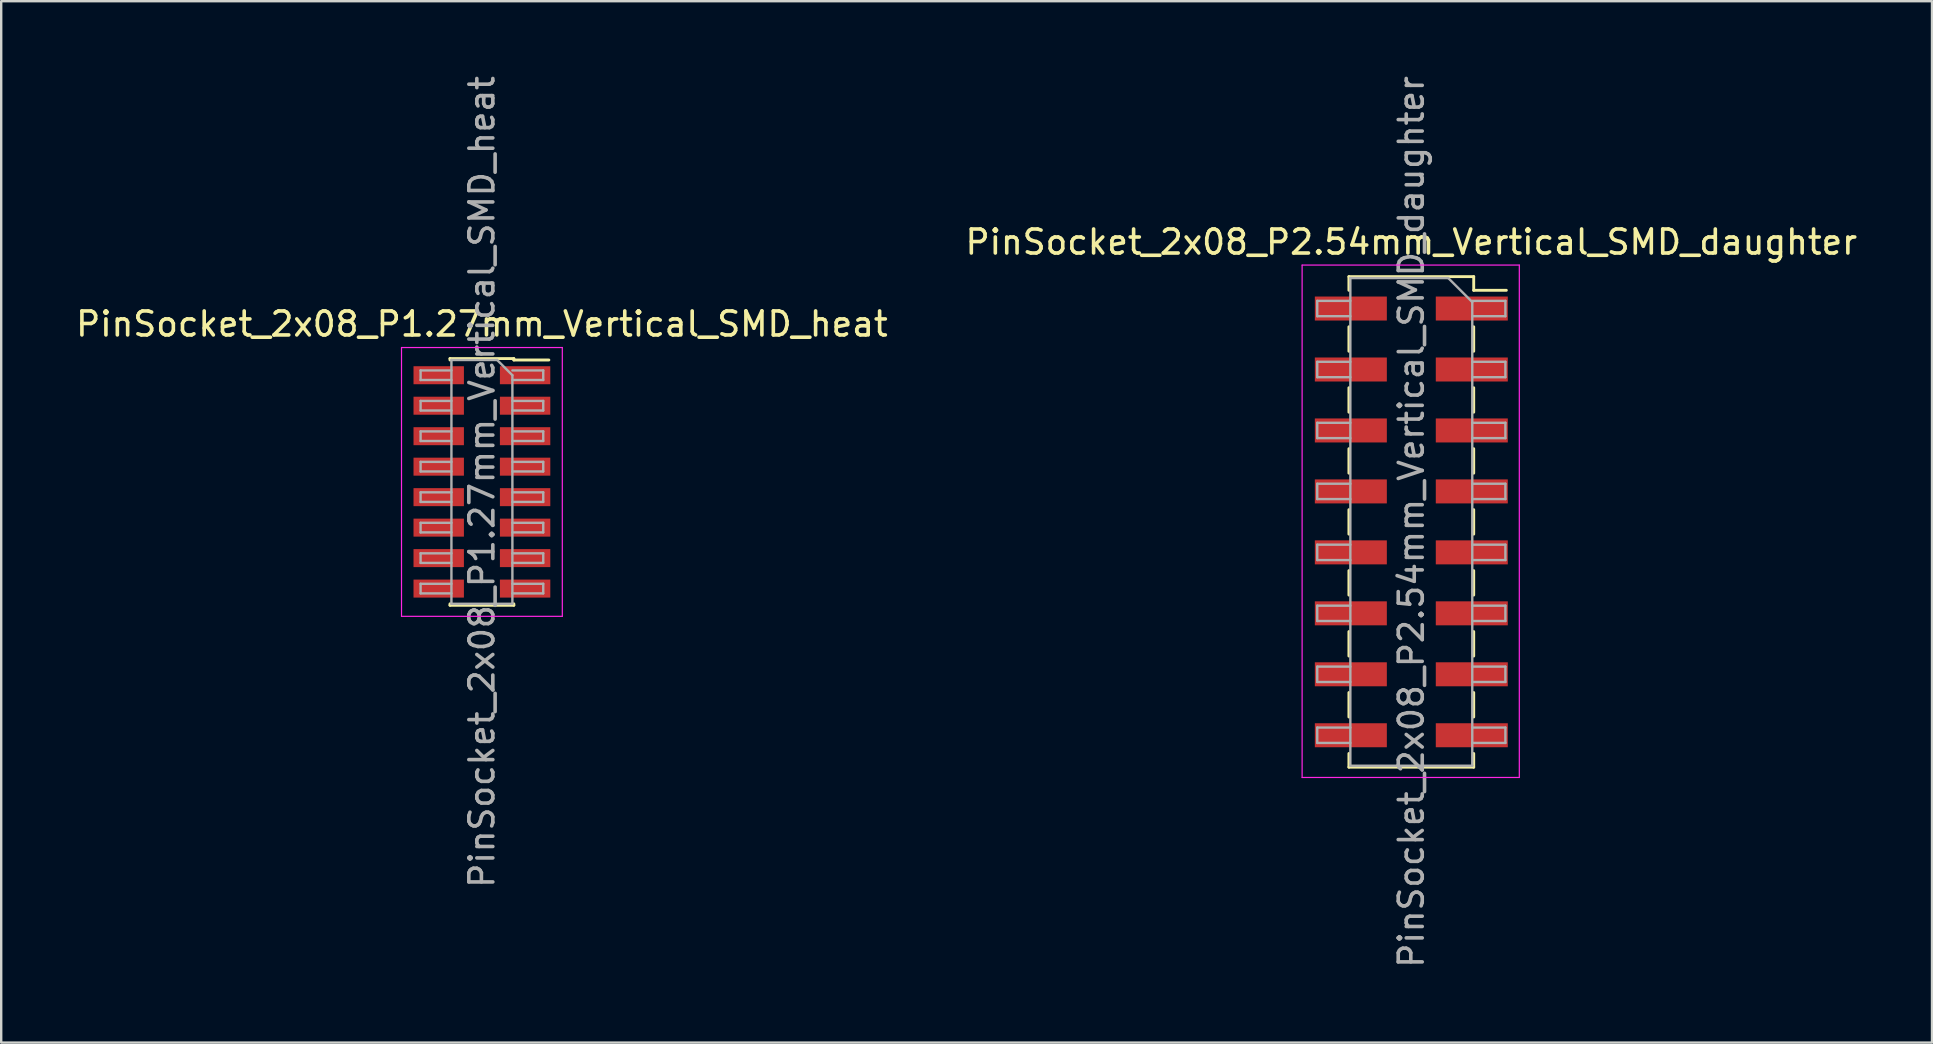
<source format=kicad_pcb>
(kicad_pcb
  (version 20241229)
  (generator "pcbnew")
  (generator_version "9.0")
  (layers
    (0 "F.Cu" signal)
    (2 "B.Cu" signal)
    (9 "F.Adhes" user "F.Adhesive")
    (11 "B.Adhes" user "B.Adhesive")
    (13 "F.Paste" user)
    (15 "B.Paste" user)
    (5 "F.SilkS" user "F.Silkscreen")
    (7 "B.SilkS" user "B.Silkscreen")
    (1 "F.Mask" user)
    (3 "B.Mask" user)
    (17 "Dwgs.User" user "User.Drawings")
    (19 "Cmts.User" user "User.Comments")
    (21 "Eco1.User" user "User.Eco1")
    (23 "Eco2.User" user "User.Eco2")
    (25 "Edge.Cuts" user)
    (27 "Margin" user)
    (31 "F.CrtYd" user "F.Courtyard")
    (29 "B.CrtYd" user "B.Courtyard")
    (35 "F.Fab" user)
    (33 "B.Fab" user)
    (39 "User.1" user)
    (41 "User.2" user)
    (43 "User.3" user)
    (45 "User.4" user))
  (footprint "PinSocket_2x08_P2.54mm_Vertical_SMD_daughter"
    (layer "F.Cu")
    (at 55.756 18.696)
    (property "Reference" "PinSocket_2x08_P2.54mm_Vertical_SMD_daughter" (at 0 -11.66 0) (layer "F.SilkS") (effects (font (size 1 1) (thickness 0.15))))
    (attr smd)
    (fp_line (start -2.6 -10.22) (end -2.6 -9.65) (stroke (width 0.12) (type solid)) (layer "F.SilkS"))
    (fp_line (start -2.6 -10.22) (end 2.6 -10.22) (stroke (width 0.12) (type solid)) (layer "F.SilkS"))
    (fp_line (start -2.6 -8.13) (end -2.6 -7.11) (stroke (width 0.12) (type solid)) (layer "F.SilkS"))
    (fp_line (start -2.6 -5.59) (end -2.6 -4.57) (stroke (width 0.12) (type solid)) (layer "F.SilkS"))
    (fp_line (start -2.6 -3.05) (end -2.6 -2.03) (stroke (width 0.12) (type solid)) (layer "F.SilkS"))
    (fp_line (start -2.6 -0.51) (end -2.6 0.51) (stroke (width 0.12) (type solid)) (layer "F.SilkS"))
    (fp_line (start -2.6 2.03) (end -2.6 3.05) (stroke (width 0.12) (type solid)) (layer "F.SilkS"))
    (fp_line (start -2.6 4.57) (end -2.6 5.59) (stroke (width 0.12) (type solid)) (layer "F.SilkS"))
    (fp_line (start -2.6 7.11) (end -2.6 8.13) (stroke (width 0.12) (type solid)) (layer "F.SilkS"))
    (fp_line (start -2.6 9.65) (end -2.6 10.22) (stroke (width 0.12) (type solid)) (layer "F.SilkS"))
    (fp_line (start -2.6 10.22) (end 2.6 10.22) (stroke (width 0.12) (type solid)) (layer "F.SilkS"))
    (fp_line (start 2.6 -10.22) (end 2.6 -9.65) (stroke (width 0.12) (type solid)) (layer "F.SilkS"))
    (fp_line (start 2.6 -9.65) (end 3.96 -9.65) (stroke (width 0.12) (type solid)) (layer "F.SilkS"))
    (fp_line (start 2.6 -8.13) (end 2.6 -7.11) (stroke (width 0.12) (type solid)) (layer "F.SilkS"))
    (fp_line (start 2.6 -5.59) (end 2.6 -4.57) (stroke (width 0.12) (type solid)) (layer "F.SilkS"))
    (fp_line (start 2.6 -3.05) (end 2.6 -2.03) (stroke (width 0.12) (type solid)) (layer "F.SilkS"))
    (fp_line (start 2.6 -0.51) (end 2.6 0.51) (stroke (width 0.12) (type solid)) (layer "F.SilkS"))
    (fp_line (start 2.6 2.03) (end 2.6 3.05) (stroke (width 0.12) (type solid)) (layer "F.SilkS"))
    (fp_line (start 2.6 4.57) (end 2.6 5.59) (stroke (width 0.12) (type solid)) (layer "F.SilkS"))
    (fp_line (start 2.6 7.11) (end 2.6 8.13) (stroke (width 0.12) (type solid)) (layer "F.SilkS"))
    (fp_line (start 2.6 9.65) (end 2.6 10.22) (stroke (width 0.12) (type solid)) (layer "F.SilkS"))
    (fp_line (start -4.55 -10.7) (end 4.5 -10.7) (stroke (width 0.05) (type solid)) (layer "F.CrtYd"))
    (fp_line (start -4.55 10.65) (end -4.55 -10.7) (stroke (width 0.05) (type solid)) (layer "F.CrtYd"))
    (fp_line (start 4.5 -10.7) (end 4.5 10.65) (stroke (width 0.05) (type solid)) (layer "F.CrtYd"))
    (fp_line (start 4.5 10.65) (end -4.55 10.65) (stroke (width 0.05) (type solid)) (layer "F.CrtYd"))
    (fp_line (start -3.92 -9.21) (end -2.54 -9.21) (stroke (width 0.1) (type solid)) (layer "F.Fab"))
    (fp_line (start -3.92 -8.57) (end -3.92 -9.21) (stroke (width 0.1) (type solid)) (layer "F.Fab"))
    (fp_line (start -3.92 -6.67) (end -2.54 -6.67) (stroke (width 0.1) (type solid)) (layer "F.Fab"))
    (fp_line (start -3.92 -6.03) (end -3.92 -6.67) (stroke (width 0.1) (type solid)) (layer "F.Fab"))
    (fp_line (start -3.92 -4.13) (end -2.54 -4.13) (stroke (width 0.1) (type solid)) (layer "F.Fab"))
    (fp_line (start -3.92 -3.49) (end -3.92 -4.13) (stroke (width 0.1) (type solid)) (layer "F.Fab"))
    (fp_line (start -3.92 -1.59) (end -2.54 -1.59) (stroke (width 0.1) (type solid)) (layer "F.Fab"))
    (fp_line (start -3.92 -0.95) (end -3.92 -1.59) (stroke (width 0.1) (type solid)) (layer "F.Fab"))
    (fp_line (start -3.92 0.95) (end -2.54 0.95) (stroke (width 0.1) (type solid)) (layer "F.Fab"))
    (fp_line (start -3.92 1.59) (end -3.92 0.95) (stroke (width 0.1) (type solid)) (layer "F.Fab"))
    (fp_line (start -3.92 3.49) (end -2.54 3.49) (stroke (width 0.1) (type solid)) (layer "F.Fab"))
    (fp_line (start -3.92 4.13) (end -3.92 3.49) (stroke (width 0.1) (type solid)) (layer "F.Fab"))
    (fp_line (start -3.92 6.03) (end -2.54 6.03) (stroke (width 0.1) (type solid)) (layer "F.Fab"))
    (fp_line (start -3.92 6.67) (end -3.92 6.03) (stroke (width 0.1) (type solid)) (layer "F.Fab"))
    (fp_line (start -3.92 8.57) (end -2.54 8.57) (stroke (width 0.1) (type solid)) (layer "F.Fab"))
    (fp_line (start -3.92 9.21) (end -3.92 8.57) (stroke (width 0.1) (type solid)) (layer "F.Fab"))
    (fp_line (start -2.54 -10.16) (end 1.54 -10.16) (stroke (width 0.1) (type solid)) (layer "F.Fab"))
    (fp_line (start -2.54 -8.57) (end -3.92 -8.57) (stroke (width 0.1) (type solid)) (layer "F.Fab"))
    (fp_line (start -2.54 -6.03) (end -3.92 -6.03) (stroke (width 0.1) (type solid)) (layer "F.Fab"))
    (fp_line (start -2.54 -3.49) (end -3.92 -3.49) (stroke (width 0.1) (type solid)) (layer "F.Fab"))
    (fp_line (start -2.54 -0.95) (end -3.92 -0.95) (stroke (width 0.1) (type solid)) (layer "F.Fab"))
    (fp_line (start -2.54 1.59) (end -3.92 1.59) (stroke (width 0.1) (type solid)) (layer "F.Fab"))
    (fp_line (start -2.54 4.13) (end -3.92 4.13) (stroke (width 0.1) (type solid)) (layer "F.Fab"))
    (fp_line (start -2.54 6.67) (end -3.92 6.67) (stroke (width 0.1) (type solid)) (layer "F.Fab"))
    (fp_line (start -2.54 9.21) (end -3.92 9.21) (stroke (width 0.1) (type solid)) (layer "F.Fab"))
    (fp_line (start -2.54 10.16) (end -2.54 -10.16) (stroke (width 0.1) (type solid)) (layer "F.Fab"))
    (fp_line (start 1.54 -10.16) (end 2.54 -9.16) (stroke (width 0.1) (type solid)) (layer "F.Fab"))
    (fp_line (start 2.54 -9.21) (end 3.92 -9.21) (stroke (width 0.1) (type solid)) (layer "F.Fab"))
    (fp_line (start 2.54 -9.16) (end 2.54 10.16) (stroke (width 0.1) (type solid)) (layer "F.Fab"))
    (fp_line (start 2.54 -6.67) (end 3.92 -6.67) (stroke (width 0.1) (type solid)) (layer "F.Fab"))
    (fp_line (start 2.54 -4.13) (end 3.92 -4.13) (stroke (width 0.1) (type solid)) (layer "F.Fab"))
    (fp_line (start 2.54 -1.59) (end 3.92 -1.59) (stroke (width 0.1) (type solid)) (layer "F.Fab"))
    (fp_line (start 2.54 0.95) (end 3.92 0.95) (stroke (width 0.1) (type solid)) (layer "F.Fab"))
    (fp_line (start 2.54 3.49) (end 3.92 3.49) (stroke (width 0.1) (type solid)) (layer "F.Fab"))
    (fp_line (start 2.54 6.03) (end 3.92 6.03) (stroke (width 0.1) (type solid)) (layer "F.Fab"))
    (fp_line (start 2.54 8.57) (end 3.92 8.57) (stroke (width 0.1) (type solid)) (layer "F.Fab"))
    (fp_line (start 2.54 10.16) (end -2.54 10.16) (stroke (width 0.1) (type solid)) (layer "F.Fab"))
    (fp_line (start 3.92 -9.21) (end 3.92 -8.57) (stroke (width 0.1) (type solid)) (layer "F.Fab"))
    (fp_line (start 3.92 -8.57) (end 2.54 -8.57) (stroke (width 0.1) (type solid)) (layer "F.Fab"))
    (fp_line (start 3.92 -6.67) (end 3.92 -6.03) (stroke (width 0.1) (type solid)) (layer "F.Fab"))
    (fp_line (start 3.92 -6.03) (end 2.54 -6.03) (stroke (width 0.1) (type solid)) (layer "F.Fab"))
    (fp_line (start 3.92 -4.13) (end 3.92 -3.49) (stroke (width 0.1) (type solid)) (layer "F.Fab"))
    (fp_line (start 3.92 -3.49) (end 2.54 -3.49) (stroke (width 0.1) (type solid)) (layer "F.Fab"))
    (fp_line (start 3.92 -1.59) (end 3.92 -0.95) (stroke (width 0.1) (type solid)) (layer "F.Fab"))
    (fp_line (start 3.92 -0.95) (end 2.54 -0.95) (stroke (width 0.1) (type solid)) (layer "F.Fab"))
    (fp_line (start 3.92 0.95) (end 3.92 1.59) (stroke (width 0.1) (type solid)) (layer "F.Fab"))
    (fp_line (start 3.92 1.59) (end 2.54 1.59) (stroke (width 0.1) (type solid)) (layer "F.Fab"))
    (fp_line (start 3.92 3.49) (end 3.92 4.13) (stroke (width 0.1) (type solid)) (layer "F.Fab"))
    (fp_line (start 3.92 4.13) (end 2.54 4.13) (stroke (width 0.1) (type solid)) (layer "F.Fab"))
    (fp_line (start 3.92 6.03) (end 3.92 6.67) (stroke (width 0.1) (type solid)) (layer "F.Fab"))
    (fp_line (start 3.92 6.67) (end 2.54 6.67) (stroke (width 0.1) (type solid)) (layer "F.Fab"))
    (fp_line (start 3.92 8.57) (end 3.92 9.21) (stroke (width 0.1) (type solid)) (layer "F.Fab"))
    (fp_line (start 3.92 9.21) (end 2.54 9.21) (stroke (width 0.1) (type solid)) (layer "F.Fab"))
    (fp_text user "${REFERENCE}" (at 0 0 90) (layer "F.Fab") (effects (font (size 1 1) (thickness 0.15))))
    (pad "1" smd rect (at 2.52 -8.89) (size 3 1) (layers "F.Cu" "F.Mask" "F.Paste"))
    (pad "2" smd rect (at -2.52 -8.89) (size 3 1) (layers "F.Cu" "F.Mask" "F.Paste"))
    (pad "3" smd rect (at 2.52 -6.35) (size 3 1) (layers "F.Cu" "F.Mask" "F.Paste"))
    (pad "4" smd rect (at -2.52 -6.35) (size 3 1) (layers "F.Cu" "F.Mask" "F.Paste"))
    (pad "5" smd rect (at 2.52 -3.81) (size 3 1) (layers "F.Cu" "F.Mask" "F.Paste"))
    (pad "6" smd rect (at -2.52 -3.81) (size 3 1) (layers "F.Cu" "F.Mask" "F.Paste"))
    (pad "7" smd rect (at 2.52 -1.27) (size 3 1) (layers "F.Cu" "F.Mask" "F.Paste"))
    (pad "8" smd rect (at -2.52 -1.27) (size 3 1) (layers "F.Cu" "F.Mask" "F.Paste"))
    (pad "9" smd rect (at 2.52 1.27) (size 3 1) (layers "F.Cu" "F.Mask" "F.Paste"))
    (pad "10" smd rect (at -2.52 1.27) (size 3 1) (layers "F.Cu" "F.Mask" "F.Paste"))
    (pad "11" smd rect (at 2.52 3.81) (size 3 1) (layers "F.Cu" "F.Mask" "F.Paste"))
    (pad "12" smd rect (at -2.52 3.81) (size 3 1) (layers "F.Cu" "F.Mask" "F.Paste"))
    (pad "13" smd rect (at 2.52 6.35) (size 3 1) (layers "F.Cu" "F.Mask" "F.Paste"))
    (pad "14" smd rect (at -2.52 6.35) (size 3 1) (layers "F.Cu" "F.Mask" "F.Paste"))
    (pad "15" smd rect (at 2.52 8.89) (size 3 1) (layers "F.Cu" "F.Mask" "F.Paste"))
    (pad "16" smd rect (at -2.52 8.89) (size 3 1) (layers "F.Cu" "F.Mask" "F.Paste")))
  (footprint "PinSocket_2x08_P1.27mm_Vertical_SMD_heat"
    (layer "F.Cu")
    (at 17.03 17.03)
    (property "Reference" "PinSocket_2x08_P1.27mm_Vertical_SMD_heat" (at 0 -6.58 0) (layer "F.SilkS") (effects (font (size 1 1) (thickness 0.15))))
    (attr smd)
    (fp_line (start -1.33 -5.14) (end -1.33 -5.08) (stroke (width 0.12) (type solid)) (layer "F.SilkS"))
    (fp_line (start -1.33 -5.14) (end 1.33 -5.14) (stroke (width 0.12) (type solid)) (layer "F.SilkS"))
    (fp_line (start -1.33 5.08) (end -1.33 5.14) (stroke (width 0.12) (type solid)) (layer "F.SilkS"))
    (fp_line (start -1.33 5.14) (end 1.33 5.14) (stroke (width 0.12) (type solid)) (layer "F.SilkS"))
    (fp_line (start 1.33 -5.14) (end 1.33 -5.08) (stroke (width 0.12) (type solid)) (layer "F.SilkS"))
    (fp_line (start 1.33 -5.08) (end 2.79 -5.08) (stroke (width 0.12) (type solid)) (layer "F.SilkS"))
    (fp_line (start 1.33 5.08) (end 1.33 5.14) (stroke (width 0.12) (type solid)) (layer "F.SilkS"))
    (fp_line (start -3.35 -5.6) (end 3.35 -5.6) (stroke (width 0.05) (type solid)) (layer "F.CrtYd"))
    (fp_line (start -3.35 5.6) (end -3.35 -5.6) (stroke (width 0.05) (type solid)) (layer "F.CrtYd"))
    (fp_line (start 3.35 -5.6) (end 3.35 5.6) (stroke (width 0.05) (type solid)) (layer "F.CrtYd"))
    (fp_line (start 3.35 5.6) (end -3.35 5.6) (stroke (width 0.05) (type solid)) (layer "F.CrtYd"))
    (fp_line (start -2.555 -4.645) (end -1.27 -4.645) (stroke (width 0.1) (type solid)) (layer "F.Fab"))
    (fp_line (start -2.555 -4.245) (end -2.555 -4.645) (stroke (width 0.1) (type solid)) (layer "F.Fab"))
    (fp_line (start -2.555 -3.375) (end -1.27 -3.375) (stroke (width 0.1) (type solid)) (layer "F.Fab"))
    (fp_line (start -2.555 -2.975) (end -2.555 -3.375) (stroke (width 0.1) (type solid)) (layer "F.Fab"))
    (fp_line (start -2.555 -2.105) (end -1.27 -2.105) (stroke (width 0.1) (type solid)) (layer "F.Fab"))
    (fp_line (start -2.555 -1.705) (end -2.555 -2.105) (stroke (width 0.1) (type solid)) (layer "F.Fab"))
    (fp_line (start -2.555 -0.835) (end -1.27 -0.835) (stroke (width 0.1) (type solid)) (layer "F.Fab"))
    (fp_line (start -2.555 -0.435) (end -2.555 -0.835) (stroke (width 0.1) (type solid)) (layer "F.Fab"))
    (fp_line (start -2.555 0.435) (end -1.27 0.435) (stroke (width 0.1) (type solid)) (layer "F.Fab"))
    (fp_line (start -2.555 0.835) (end -2.555 0.435) (stroke (width 0.1) (type solid)) (layer "F.Fab"))
    (fp_line (start -2.555 1.705) (end -1.27 1.705) (stroke (width 0.1) (type solid)) (layer "F.Fab"))
    (fp_line (start -2.555 2.105) (end -2.555 1.705) (stroke (width 0.1) (type solid)) (layer "F.Fab"))
    (fp_line (start -2.555 2.975) (end -1.27 2.975) (stroke (width 0.1) (type solid)) (layer "F.Fab"))
    (fp_line (start -2.555 3.375) (end -2.555 2.975) (stroke (width 0.1) (type solid)) (layer "F.Fab"))
    (fp_line (start -2.555 4.245) (end -1.27 4.245) (stroke (width 0.1) (type solid)) (layer "F.Fab"))
    (fp_line (start -2.555 4.645) (end -2.555 4.245) (stroke (width 0.1) (type solid)) (layer "F.Fab"))
    (fp_line (start -1.27 -5.08) (end 0.635 -5.08) (stroke (width 0.1) (type solid)) (layer "F.Fab"))
    (fp_line (start -1.27 -4.245) (end -2.555 -4.245) (stroke (width 0.1) (type solid)) (layer "F.Fab"))
    (fp_line (start -1.27 -2.975) (end -2.555 -2.975) (stroke (width 0.1) (type solid)) (layer "F.Fab"))
    (fp_line (start -1.27 -1.705) (end -2.555 -1.705) (stroke (width 0.1) (type solid)) (layer "F.Fab"))
    (fp_line (start -1.27 -0.435) (end -2.555 -0.435) (stroke (width 0.1) (type solid)) (layer "F.Fab"))
    (fp_line (start -1.27 0.835) (end -2.555 0.835) (stroke (width 0.1) (type solid)) (layer "F.Fab"))
    (fp_line (start -1.27 2.105) (end -2.555 2.105) (stroke (width 0.1) (type solid)) (layer "F.Fab"))
    (fp_line (start -1.27 3.375) (end -2.555 3.375) (stroke (width 0.1) (type solid)) (layer "F.Fab"))
    (fp_line (start -1.27 4.645) (end -2.555 4.645) (stroke (width 0.1) (type solid)) (layer "F.Fab"))
    (fp_line (start -1.27 5.08) (end -1.27 -5.08) (stroke (width 0.1) (type solid)) (layer "F.Fab"))
    (fp_line (start 0.635 -5.08) (end 1.27 -4.445) (stroke (width 0.1) (type solid)) (layer "F.Fab"))
    (fp_line (start 1.27 -4.645) (end 2.555 -4.645) (stroke (width 0.1) (type solid)) (layer "F.Fab"))
    (fp_line (start 1.27 -4.445) (end 1.27 5.08) (stroke (width 0.1) (type solid)) (layer "F.Fab"))
    (fp_line (start 1.27 -3.375) (end 2.555 -3.375) (stroke (width 0.1) (type solid)) (layer "F.Fab"))
    (fp_line (start 1.27 -2.105) (end 2.555 -2.105) (stroke (width 0.1) (type solid)) (layer "F.Fab"))
    (fp_line (start 1.27 -0.835) (end 2.555 -0.835) (stroke (width 0.1) (type solid)) (layer "F.Fab"))
    (fp_line (start 1.27 0.435) (end 2.555 0.435) (stroke (width 0.1) (type solid)) (layer "F.Fab"))
    (fp_line (start 1.27 1.705) (end 2.555 1.705) (stroke (width 0.1) (type solid)) (layer "F.Fab"))
    (fp_line (start 1.27 2.975) (end 2.555 2.975) (stroke (width 0.1) (type solid)) (layer "F.Fab"))
    (fp_line (start 1.27 4.245) (end 2.555 4.245) (stroke (width 0.1) (type solid)) (layer "F.Fab"))
    (fp_line (start 1.27 5.08) (end -1.27 5.08) (stroke (width 0.1) (type solid)) (layer "F.Fab"))
    (fp_line (start 2.555 -4.645) (end 2.555 -4.245) (stroke (width 0.1) (type solid)) (layer "F.Fab"))
    (fp_line (start 2.555 -4.245) (end 1.27 -4.245) (stroke (width 0.1) (type solid)) (layer "F.Fab"))
    (fp_line (start 2.555 -3.375) (end 2.555 -2.975) (stroke (width 0.1) (type solid)) (layer "F.Fab"))
    (fp_line (start 2.555 -2.975) (end 1.27 -2.975) (stroke (width 0.1) (type solid)) (layer "F.Fab"))
    (fp_line (start 2.555 -2.105) (end 2.555 -1.705) (stroke (width 0.1) (type solid)) (layer "F.Fab"))
    (fp_line (start 2.555 -1.705) (end 1.27 -1.705) (stroke (width 0.1) (type solid)) (layer "F.Fab"))
    (fp_line (start 2.555 -0.835) (end 2.555 -0.435) (stroke (width 0.1) (type solid)) (layer "F.Fab"))
    (fp_line (start 2.555 -0.435) (end 1.27 -0.435) (stroke (width 0.1) (type solid)) (layer "F.Fab"))
    (fp_line (start 2.555 0.435) (end 2.555 0.835) (stroke (width 0.1) (type solid)) (layer "F.Fab"))
    (fp_line (start 2.555 0.835) (end 1.27 0.835) (stroke (width 0.1) (type solid)) (layer "F.Fab"))
    (fp_line (start 2.555 1.705) (end 2.555 2.105) (stroke (width 0.1) (type solid)) (layer "F.Fab"))
    (fp_line (start 2.555 2.105) (end 1.27 2.105) (stroke (width 0.1) (type solid)) (layer "F.Fab"))
    (fp_line (start 2.555 2.975) (end 2.555 3.375) (stroke (width 0.1) (type solid)) (layer "F.Fab"))
    (fp_line (start 2.555 3.375) (end 1.27 3.375) (stroke (width 0.1) (type solid)) (layer "F.Fab"))
    (fp_line (start 2.555 4.245) (end 2.555 4.645) (stroke (width 0.1) (type solid)) (layer "F.Fab"))
    (fp_line (start 2.555 4.645) (end 1.27 4.645) (stroke (width 0.1) (type solid)) (layer "F.Fab"))
    (fp_text user "${REFERENCE}" (at 0 0 90) (layer "F.Fab") (effects (font (size 1 1) (thickness 0.15))))
    (pad "1" smd rect (at 1.8 -4.445) (size 2.1 0.75) (layers "F.Cu" "F.Mask" "F.Paste"))
    (pad "2" smd rect (at -1.8 -4.445) (size 2.1 0.75) (layers "F.Cu" "F.Mask" "F.Paste"))
    (pad "3" smd rect (at 1.8 -3.175) (size 2.1 0.75) (layers "F.Cu" "F.Mask" "F.Paste"))
    (pad "4" smd rect (at -1.8 -3.175) (size 2.1 0.75) (layers "F.Cu" "F.Mask" "F.Paste"))
    (pad "5" smd rect (at 1.8 -1.905) (size 2.1 0.75) (layers "F.Cu" "F.Mask" "F.Paste"))
    (pad "6" smd rect (at -1.8 -1.905) (size 2.1 0.75) (layers "F.Cu" "F.Mask" "F.Paste"))
    (pad "7" smd rect (at 1.8 -0.635) (size 2.1 0.75) (layers "F.Cu" "F.Mask" "F.Paste"))
    (pad "8" smd rect (at -1.8 -0.635) (size 2.1 0.75) (layers "F.Cu" "F.Mask" "F.Paste"))
    (pad "9" smd rect (at 1.8 0.635) (size 2.1 0.75) (layers "F.Cu" "F.Mask" "F.Paste"))
    (pad "10" smd rect (at -1.8 0.635) (size 2.1 0.75) (layers "F.Cu" "F.Mask" "F.Paste"))
    (pad "11" smd rect (at 1.8 1.905) (size 2.1 0.75) (layers "F.Cu" "F.Mask" "F.Paste"))
    (pad "12" smd rect (at -1.8 1.905) (size 2.1 0.75) (layers "F.Cu" "F.Mask" "F.Paste"))
    (pad "13" smd rect (at 1.8 3.175) (size 2.1 0.75) (layers "F.Cu" "F.Mask" "F.Paste"))
    (pad "14" smd rect (at -1.8 3.175) (size 2.1 0.75) (layers "F.Cu" "F.Mask" "F.Paste"))
    (pad "15" smd rect (at 1.8 4.445) (size 2.1 0.75) (layers "F.Cu" "F.Mask" "F.Paste"))
    (pad "16" smd rect (at -1.8 4.445) (size 2.1 0.75) (layers "F.Cu" "F.Mask" "F.Paste")))
  (gr_rect
    (start -3 -3)
    (end 77.452 40.393)
    (stroke (width 0.1) (type default))
    (fill no)
    (layer "Edge.Cuts")))
</source>
